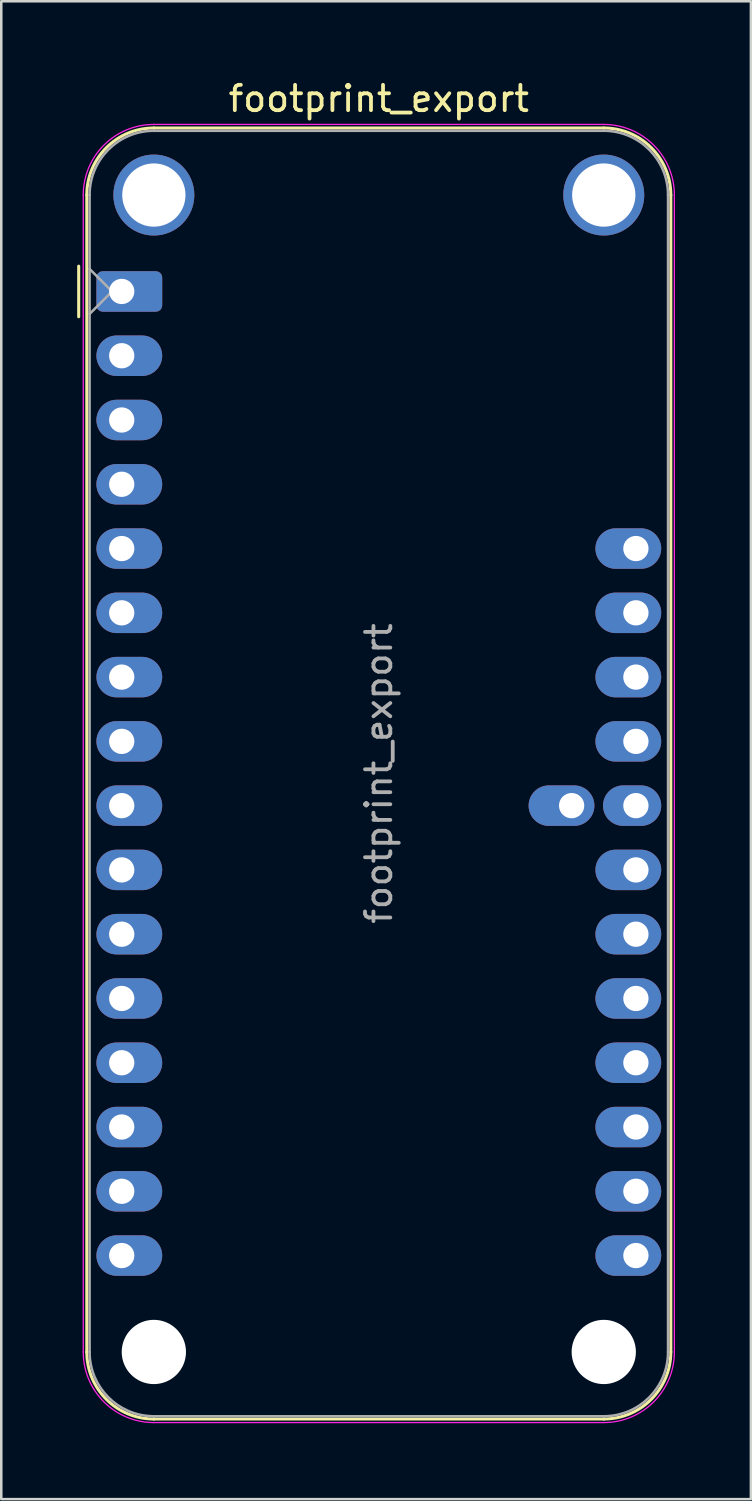
<source format=kicad_pcb>
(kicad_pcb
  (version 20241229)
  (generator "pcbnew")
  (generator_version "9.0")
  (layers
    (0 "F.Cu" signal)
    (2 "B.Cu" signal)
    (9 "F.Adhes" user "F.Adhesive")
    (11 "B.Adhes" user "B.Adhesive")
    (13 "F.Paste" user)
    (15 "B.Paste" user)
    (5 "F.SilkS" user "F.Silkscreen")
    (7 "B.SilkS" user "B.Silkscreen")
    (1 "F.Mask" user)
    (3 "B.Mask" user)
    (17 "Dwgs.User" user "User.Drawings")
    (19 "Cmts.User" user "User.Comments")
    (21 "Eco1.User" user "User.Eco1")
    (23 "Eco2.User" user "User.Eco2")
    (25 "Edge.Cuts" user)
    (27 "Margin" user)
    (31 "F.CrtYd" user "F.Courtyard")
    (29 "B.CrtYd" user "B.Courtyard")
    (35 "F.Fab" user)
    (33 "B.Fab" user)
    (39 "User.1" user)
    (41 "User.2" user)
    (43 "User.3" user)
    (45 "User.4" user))
  (footprint "footprint_export"
    (layer "F.Cu")
    (at 1.76 8.468)
    (property "Reference" "footprint_export" (at 10.16 -7.62 0) (layer "F.SilkS") (effects (font (size 1 1) (thickness 0.15))))
    (attr through_hole)
    (fp_line (start -1.7 1) (end -1.7 -1) (stroke (width 0.12) (type solid)) (layer "F.SilkS"))
    (fp_line (start -1.38 -3.81) (end -1.38 41.91) (stroke (width 0.12) (type solid)) (layer "F.SilkS"))
    (fp_line (start 19.05 -6.46) (end 1.27 -6.46) (stroke (width 0.12) (type solid)) (layer "F.SilkS"))
    (fp_line (start 19.05 44.56) (end 1.27 44.56) (stroke (width 0.12) (type solid)) (layer "F.SilkS"))
    (fp_line (start 21.7 -3.81) (end 21.7 41.91) (stroke (width 0.12) (type solid)) (layer "F.SilkS"))
    (fp_arc (start -1.38 -3.81) (mid -0.603833 -5.683833) (end 1.27 -6.46) (stroke (width 0.12) (type solid)) (layer "F.SilkS"))
    (fp_arc (start 1.27 44.56) (mid -0.603833 43.783833) (end -1.38 41.91) (stroke (width 0.12) (type solid)) (layer "F.SilkS"))
    (fp_arc (start 19.05 -6.46) (mid 20.923833 -5.683833) (end 21.7 -3.81) (stroke (width 0.12) (type solid)) (layer "F.SilkS"))
    (fp_arc (start 21.7 41.91) (mid 20.923833 43.783833) (end 19.05 44.56) (stroke (width 0.12) (type solid)) (layer "F.SilkS"))
    (fp_line (start -1.52 41.91) (end -1.52 -3.81) (stroke (width 0.05) (type solid)) (layer "F.CrtYd"))
    (fp_line (start 19.05 -6.6) (end 1.27 -6.6) (stroke (width 0.05) (type solid)) (layer "F.CrtYd"))
    (fp_line (start 19.05 44.7) (end 1.27 44.7) (stroke (width 0.05) (type solid)) (layer "F.CrtYd"))
    (fp_line (start 21.84 41.91) (end 21.84 -3.81) (stroke (width 0.05) (type solid)) (layer "F.CrtYd"))
    (fp_arc (start -1.52 -3.81) (mid -0.702828 -5.782828) (end 1.27 -6.6) (stroke (width 0.05) (type solid)) (layer "F.CrtYd"))
    (fp_arc (start 1.27 44.7) (mid -0.702828 43.882828) (end -1.52 41.91) (stroke (width 0.05) (type solid)) (layer "F.CrtYd"))
    (fp_arc (start 19.05 -6.6) (mid 21.022828 -5.782828) (end 21.84 -3.81) (stroke (width 0.05) (type solid)) (layer "F.CrtYd"))
    (fp_arc (start 21.84 41.91) (mid 21.022828 43.882828) (end 19.05 44.7) (stroke (width 0.05) (type solid)) (layer "F.CrtYd"))
    (fp_line (start -1.27 -3.81) (end -1.27 41.91) (stroke (width 0.1) (type solid)) (layer "F.Fab"))
    (fp_line (start -1.27 -0.889) (end -0.381 0) (stroke (width 0.1) (type solid)) (layer "F.Fab"))
    (fp_line (start -0.381 0) (end -1.27 0.889) (stroke (width 0.1) (type solid)) (layer "F.Fab"))
    (fp_line (start 1.27 44.45) (end 19.05 44.45) (stroke (width 0.1) (type solid)) (layer "F.Fab"))
    (fp_line (start 19.05 -6.35) (end 1.27 -6.35) (stroke (width 0.1) (type solid)) (layer "F.Fab"))
    (fp_line (start 21.59 41.91) (end 21.59 -3.81) (stroke (width 0.1) (type solid)) (layer "F.Fab"))
    (fp_arc (start -1.27 -3.81) (mid -0.526051 -5.606051) (end 1.27 -6.35) (stroke (width 0.1) (type solid)) (layer "F.Fab"))
    (fp_arc (start 1.221238 44.449532) (mid -0.543209 43.688728) (end -1.27 41.91) (stroke (width 0.1) (type solid)) (layer "F.Fab"))
    (fp_arc (start 19.05 -6.35) (mid 20.846051 -5.606051) (end 21.59 -3.81) (stroke (width 0.1) (type solid)) (layer "F.Fab"))
    (fp_arc (start 21.59 41.91) (mid 20.846051 43.706051) (end 19.05 44.45) (stroke (width 0.1) (type solid)) (layer "F.Fab"))
    (fp_text user "${REFERENCE}" (at 10.16 19.05 270) (layer "F.Fab") (effects (font (size 1 1) (thickness 0.15))))
    (pad "" np_thru_hole circle (at 1.27 -3.81 270) (size 3.2 3.2) (drill 2.5) (layers "*.Cu" "*.Mask"))
    (pad "" np_thru_hole circle (at 1.27 41.91 270) (size 2.54 2.54) (drill 2.54) (layers "*.Cu" "*.Mask"))
    (pad "" np_thru_hole circle (at 19.05 -3.81 270) (size 3.2 3.2) (drill 2.5) (layers "*.Cu" "*.Mask"))
    (pad "" np_thru_hole circle (at 19.05 41.91 270) (size 2.54 2.54) (drill 2.54) (layers "*.Cu" "*.Mask"))
    (pad "1" thru_hole roundrect (at 0 0) (size 2.6 1.6) (drill 1 (offset 0.3 0)) (layers "*.Cu" "*.Mask") (roundrect_rratio 0.156))
    (pad "2" thru_hole oval (at 0 2.54) (size 2.6 1.6) (drill 1 (offset 0.3 0)) (layers "*.Cu" "*.Mask"))
    (pad "3" thru_hole oval (at 0 5.08) (size 2.6 1.6) (drill 1 (offset 0.3 0)) (layers "*.Cu" "*.Mask"))
    (pad "4" thru_hole oval (at 0 7.62) (size 2.6 1.6) (drill 1 (offset 0.3 0)) (layers "*.Cu" "*.Mask"))
    (pad "5" thru_hole oval (at 0 10.16) (size 2.6 1.6) (drill 1 (offset 0.3 0)) (layers "*.Cu" "*.Mask"))
    (pad "6" thru_hole oval (at 0 12.7) (size 2.6 1.6) (drill 1 (offset 0.3 0)) (layers "*.Cu" "*.Mask"))
    (pad "7" thru_hole oval (at 0 15.24) (size 2.6 1.6) (drill 1 (offset 0.3 0)) (layers "*.Cu" "*.Mask"))
    (pad "8" thru_hole oval (at 0 17.78) (size 2.6 1.6) (drill 1 (offset 0.3 0)) (layers "*.Cu" "*.Mask"))
    (pad "9" thru_hole oval (at 0 20.32) (size 2.6 1.6) (drill 1 (offset 0.3 0)) (layers "*.Cu" "*.Mask"))
    (pad "10" thru_hole oval (at 0 22.86) (size 2.6 1.6) (drill 1 (offset 0.3 0)) (layers "*.Cu" "*.Mask"))
    (pad "11" thru_hole oval (at 0 25.4) (size 2.6 1.6) (drill 1 (offset 0.3 0)) (layers "*.Cu" "*.Mask"))
    (pad "12" thru_hole oval (at 0 27.94) (size 2.6 1.6) (drill 1 (offset 0.3 0)) (layers "*.Cu" "*.Mask"))
    (pad "13" thru_hole oval (at 0 30.48) (size 2.6 1.6) (drill 1 (offset 0.3 0)) (layers "*.Cu" "*.Mask"))
    (pad "14" thru_hole oval (at 0 33.02) (size 2.6 1.6) (drill 1 (offset 0.3 0)) (layers "*.Cu" "*.Mask"))
    (pad "15" thru_hole oval (at 0 35.56) (size 2.6 1.6) (drill 1 (offset 0.3 0)) (layers "*.Cu" "*.Mask"))
    (pad "16" thru_hole oval (at 0 38.1) (size 2.6 1.6) (drill 1 (offset 0.3 0)) (layers "*.Cu" "*.Mask"))
    (pad "17" thru_hole oval (at 20.32 38.1 180) (size 2.6 1.6) (drill 1 (offset 0.3 0)) (layers "*.Cu" "*.Mask"))
    (pad "18" thru_hole oval (at 20.32 35.56 180) (size 2.6 1.6) (drill 1 (offset 0.3 0)) (layers "*.Cu" "*.Mask"))
    (pad "19" thru_hole oval (at 20.32 33.02 180) (size 2.6 1.6) (drill 1 (offset 0.3 0)) (layers "*.Cu" "*.Mask"))
    (pad "20" thru_hole oval (at 20.32 30.48 180) (size 2.6 1.6) (drill 1 (offset 0.3 0)) (layers "*.Cu" "*.Mask"))
    (pad "21" thru_hole oval (at 20.32 27.94 180) (size 2.6 1.6) (drill 1 (offset 0.3 0)) (layers "*.Cu" "*.Mask"))
    (pad "22" thru_hole oval (at 20.32 25.4 180) (size 2.6 1.6) (drill 1 (offset 0.3 0)) (layers "*.Cu" "*.Mask"))
    (pad "23" thru_hole oval (at 20.32 22.86 180) (size 2.6 1.6) (drill 1 (offset 0.3 0)) (layers "*.Cu" "*.Mask"))
    (pad "24" thru_hole oval (at 20.32 20.32 180) (size 2.3 1.6) (drill 1 (offset 0.15 0)) (layers "*.Cu" "*.Mask"))
    (pad "25" thru_hole oval (at 20.32 17.78 180) (size 2.6 1.6) (drill 1 (offset 0.3 0)) (layers "*.Cu" "*.Mask"))
    (pad "26" thru_hole oval (at 20.32 15.24 180) (size 2.6 1.6) (drill 1 (offset 0.3 0)) (layers "*.Cu" "*.Mask"))
    (pad "27" thru_hole oval (at 20.32 12.7 180) (size 2.6 1.6) (drill 1 (offset 0.3 0)) (layers "*.Cu" "*.Mask"))
    (pad "28" thru_hole oval (at 20.32 10.16 180) (size 2.6 1.6) (drill 1 (offset 0.3 0)) (layers "*.Cu" "*.Mask"))
    (pad "29" thru_hole oval (at 17.78 20.32 180) (size 2.6 1.6) (drill 1 (offset 0.4 0)) (layers "*.Cu" "*.Mask")))
  (gr_rect
    (start -3 -3)
    (end 26.625 56.193)
    (stroke (width 0.1) (type default))
    (fill no)
    (layer "Edge.Cuts")))
</source>
